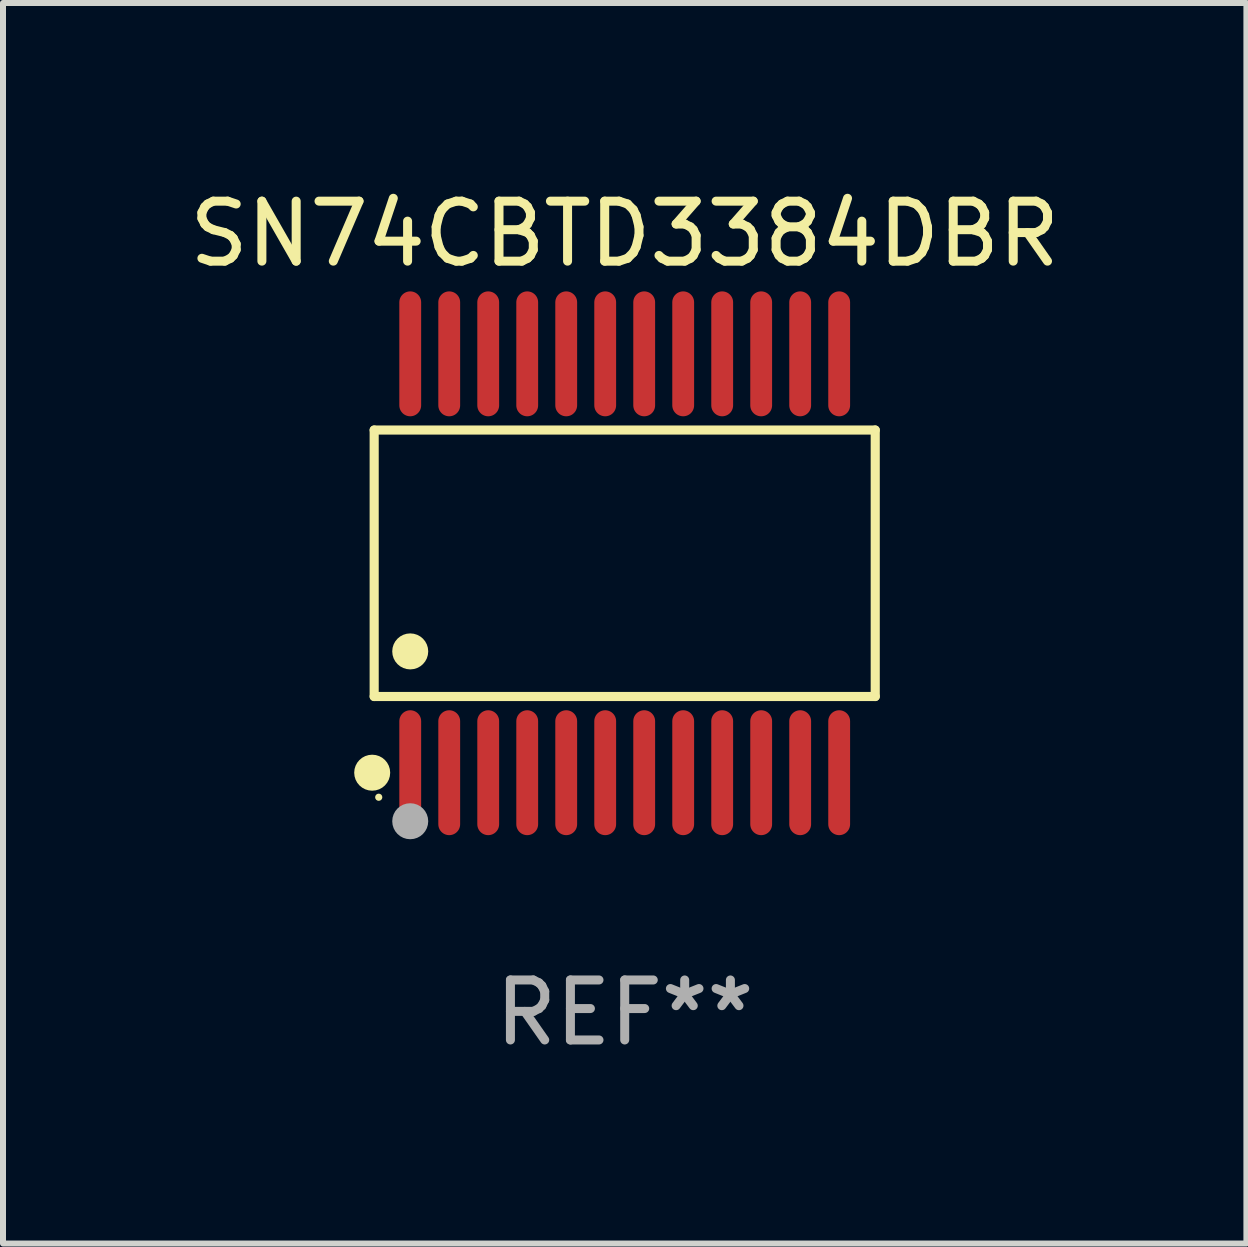
<source format=kicad_pcb>
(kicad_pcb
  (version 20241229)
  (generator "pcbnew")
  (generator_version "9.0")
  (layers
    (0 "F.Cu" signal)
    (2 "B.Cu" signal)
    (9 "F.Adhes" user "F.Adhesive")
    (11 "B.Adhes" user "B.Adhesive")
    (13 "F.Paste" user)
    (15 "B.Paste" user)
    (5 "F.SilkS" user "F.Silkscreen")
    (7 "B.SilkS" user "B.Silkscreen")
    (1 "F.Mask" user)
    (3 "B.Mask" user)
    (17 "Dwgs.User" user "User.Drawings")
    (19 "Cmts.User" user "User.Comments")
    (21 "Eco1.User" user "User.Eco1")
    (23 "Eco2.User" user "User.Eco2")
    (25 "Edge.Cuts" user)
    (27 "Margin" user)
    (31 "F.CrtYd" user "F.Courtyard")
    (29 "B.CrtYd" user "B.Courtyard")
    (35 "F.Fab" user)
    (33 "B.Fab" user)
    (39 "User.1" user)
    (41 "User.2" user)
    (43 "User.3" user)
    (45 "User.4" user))
  (footprint "SN74CBTD3384DBR"
    (layer "F.Cu")
    (at 7.363 6.339)
    (property "Reference" "SN74CBTD3384DBR" (at 0 -5.491 0) (layer "F.SilkS") (effects (font (size 1 1) (thickness 0.15))))
    (attr through_hole)
    (fp_line (start -4.176 -2.221) (end 4.176 -2.221) (stroke (width 0.152) (type solid)) (layer "F.SilkS"))
    (fp_line (start -4.176 2.221) (end -4.176 -2.221) (stroke (width 0.152) (type solid)) (layer "F.SilkS"))
    (fp_line (start 4.176 -2.221) (end 4.176 2.221) (stroke (width 0.152) (type solid)) (layer "F.SilkS"))
    (fp_line (start 4.176 2.221) (end -4.176 2.221) (stroke (width 0.152) (type solid)) (layer "F.SilkS"))
    (fp_circle (center -4.209 3.491) (end -4.059 3.491) (stroke (width 0.3) (type solid)) (fill no) (layer "F.SilkS"))
    (fp_circle (center -4.1 3.9) (end -4.07 3.9) (stroke (width 0.06) (type solid)) (fill no) (layer "F.SilkS"))
    (fp_circle (center -3.575 1.469) (end -3.425 1.469) (stroke (width 0.3) (type solid)) (fill no) (layer "F.SilkS"))
    (fp_circle (center -3.575 4.3) (end -3.425 4.3) (stroke (width 0.3) (type solid)) (fill no) (layer "F.Fab"))
    (fp_text user "REF**" (at 0 7.491 0) (layer "F.Fab") (effects (font (size 1 1) (thickness 0.15))))
    (pad "1" smd oval (at -3.575 3.491) (size 0.364 2.082) (layers "F.Cu" "F.Mask" "F.Paste"))
    (pad "2" smd oval (at -2.925 3.491) (size 0.364 2.082) (layers "F.Cu" "F.Mask" "F.Paste"))
    (pad "3" smd oval (at -2.275 3.491) (size 0.364 2.082) (layers "F.Cu" "F.Mask" "F.Paste"))
    (pad "4" smd oval (at -1.625 3.491) (size 0.364 2.082) (layers "F.Cu" "F.Mask" "F.Paste"))
    (pad "5" smd oval (at -0.975 3.491) (size 0.364 2.082) (layers "F.Cu" "F.Mask" "F.Paste"))
    (pad "6" smd oval (at -0.325 3.491) (size 0.364 2.082) (layers "F.Cu" "F.Mask" "F.Paste"))
    (pad "7" smd oval (at 0.325 3.491) (size 0.364 2.082) (layers "F.Cu" "F.Mask" "F.Paste"))
    (pad "8" smd oval (at 0.975 3.491) (size 0.364 2.082) (layers "F.Cu" "F.Mask" "F.Paste"))
    (pad "9" smd oval (at 1.625 3.491) (size 0.364 2.082) (layers "F.Cu" "F.Mask" "F.Paste"))
    (pad "10" smd oval (at 2.275 3.491) (size 0.364 2.082) (layers "F.Cu" "F.Mask" "F.Paste"))
    (pad "11" smd oval (at 2.925 3.491) (size 0.364 2.082) (layers "F.Cu" "F.Mask" "F.Paste"))
    (pad "12" smd oval (at 3.575 3.491) (size 0.364 2.082) (layers "F.Cu" "F.Mask" "F.Paste"))
    (pad "13" smd oval (at 3.575 -3.491) (size 0.364 2.082) (layers "F.Cu" "F.Mask" "F.Paste"))
    (pad "14" smd oval (at 2.925 -3.491) (size 0.364 2.082) (layers "F.Cu" "F.Mask" "F.Paste"))
    (pad "15" smd oval (at 2.275 -3.491) (size 0.364 2.082) (layers "F.Cu" "F.Mask" "F.Paste"))
    (pad "16" smd oval (at 1.625 -3.491) (size 0.364 2.082) (layers "F.Cu" "F.Mask" "F.Paste"))
    (pad "17" smd oval (at 0.975 -3.491) (size 0.364 2.082) (layers "F.Cu" "F.Mask" "F.Paste"))
    (pad "18" smd oval (at 0.325 -3.491) (size 0.364 2.082) (layers "F.Cu" "F.Mask" "F.Paste"))
    (pad "19" smd oval (at -0.325 -3.491) (size 0.364 2.082) (layers "F.Cu" "F.Mask" "F.Paste"))
    (pad "20" smd oval (at -0.975 -3.491) (size 0.364 2.082) (layers "F.Cu" "F.Mask" "F.Paste"))
    (pad "21" smd oval (at -1.625 -3.491) (size 0.364 2.082) (layers "F.Cu" "F.Mask" "F.Paste"))
    (pad "22" smd oval (at -2.275 -3.491) (size 0.364 2.082) (layers "F.Cu" "F.Mask" "F.Paste"))
    (pad "23" smd oval (at -2.925 -3.491) (size 0.364 2.082) (layers "F.Cu" "F.Mask" "F.Paste"))
    (pad "24" smd oval (at -3.575 -3.491) (size 0.364 2.082) (layers "F.Cu" "F.Mask" "F.Paste")))
  (gr_rect
    (start -3 -3)
    (end 17.726 17.678)
    (stroke (width 0.1) (type default))
    (fill no)
    (layer "Edge.Cuts")))
</source>
